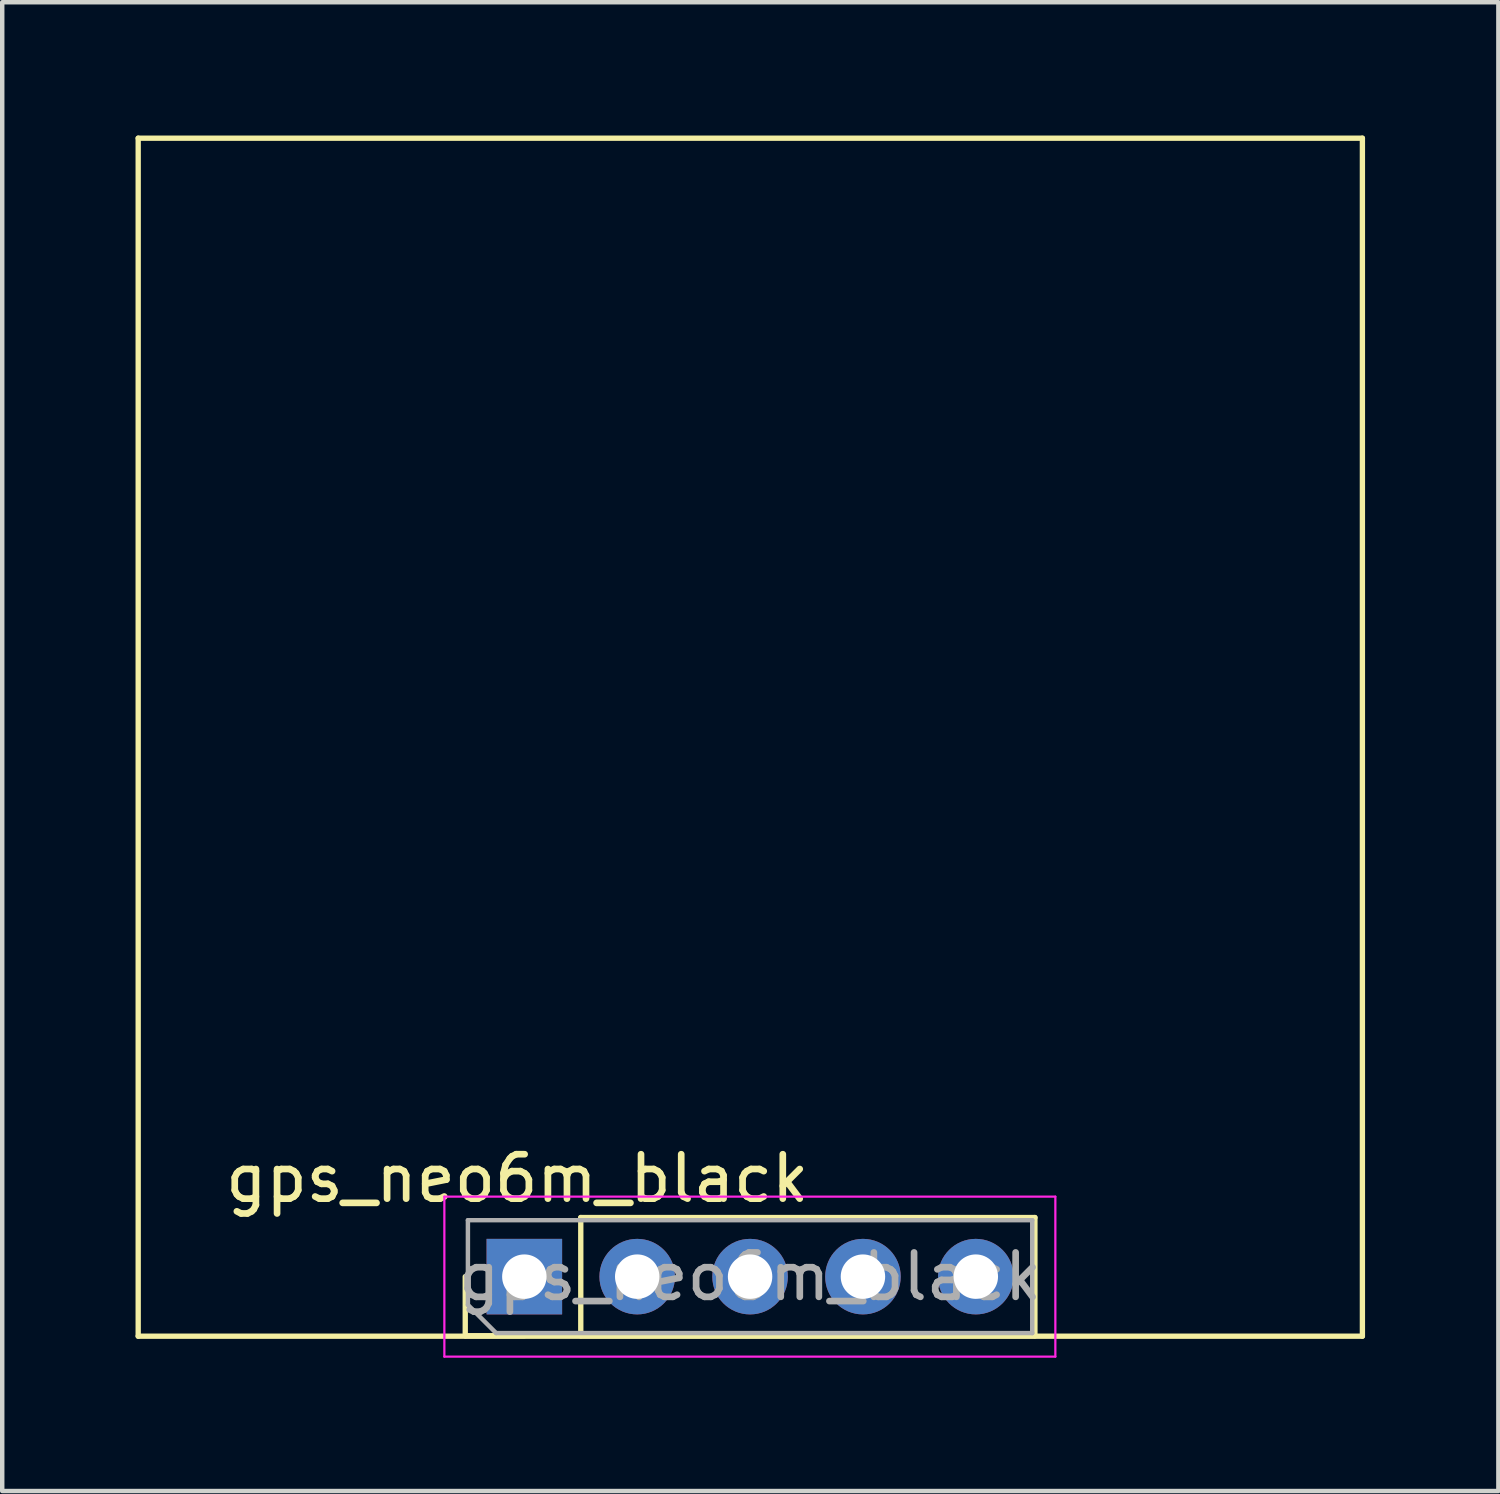
<source format=kicad_pcb>
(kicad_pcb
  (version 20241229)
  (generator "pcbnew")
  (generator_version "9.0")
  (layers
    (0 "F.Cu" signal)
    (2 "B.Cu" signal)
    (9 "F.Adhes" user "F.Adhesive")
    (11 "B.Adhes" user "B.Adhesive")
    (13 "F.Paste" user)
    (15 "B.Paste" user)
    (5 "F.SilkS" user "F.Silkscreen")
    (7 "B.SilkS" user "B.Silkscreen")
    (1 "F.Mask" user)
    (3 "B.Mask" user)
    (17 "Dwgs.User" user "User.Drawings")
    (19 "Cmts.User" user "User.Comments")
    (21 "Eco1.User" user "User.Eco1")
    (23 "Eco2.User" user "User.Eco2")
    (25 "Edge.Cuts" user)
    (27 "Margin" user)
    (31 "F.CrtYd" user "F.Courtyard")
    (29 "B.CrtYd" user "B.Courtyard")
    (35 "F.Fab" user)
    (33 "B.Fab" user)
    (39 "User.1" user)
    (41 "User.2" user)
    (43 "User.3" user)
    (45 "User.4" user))
  (footprint "gps_neo6m_black"
    (layer "F.Cu")
    (at 8.75 25.68)
    (property "Reference" "gps_neo6m_black" (at -0.16 -2.21 0) (layer "F.SilkS") (effects (font (size 1 1) (thickness 0.15))))
    (attr through_hole)
    (fp_line (start -8.69 -25.62) (end 18.86 -25.62) (stroke (width 0.12) (type solid)) (layer "F.SilkS"))
    (fp_line (start -8.69 1.34) (end -8.69 -25.62) (stroke (width 0.12) (type solid)) (layer "F.SilkS"))
    (fp_line (start -8.69 1.34) (end 18.86 1.34) (stroke (width 0.12) (type solid)) (layer "F.SilkS"))
    (fp_line (start -1.33 1.33) (end -1.33 0) (stroke (width 0.12) (type solid)) (layer "F.SilkS"))
    (fp_line (start 0 1.33) (end -1.33 1.33) (stroke (width 0.12) (type solid)) (layer "F.SilkS"))
    (fp_line (start 1.27 -1.33) (end 11.49 -1.33) (stroke (width 0.12) (type solid)) (layer "F.SilkS"))
    (fp_line (start 1.27 1.33) (end 1.27 -1.33) (stroke (width 0.12) (type solid)) (layer "F.SilkS"))
    (fp_line (start 1.27 1.33) (end 11.49 1.33) (stroke (width 0.12) (type solid)) (layer "F.SilkS"))
    (fp_line (start 11.49 1.33) (end 11.49 -1.33) (stroke (width 0.12) (type solid)) (layer "F.SilkS"))
    (fp_line (start 18.86 1.34) (end 18.86 -25.62) (stroke (width 0.12) (type solid)) (layer "F.SilkS"))
    (fp_line (start -1.8 -1.8) (end -1.8 1.8) (stroke (width 0.05) (type solid)) (layer "F.CrtYd"))
    (fp_line (start -1.8 1.8) (end 11.95 1.8) (stroke (width 0.05) (type solid)) (layer "F.CrtYd"))
    (fp_line (start 11.95 -1.8) (end -1.8 -1.8) (stroke (width 0.05) (type solid)) (layer "F.CrtYd"))
    (fp_line (start 11.95 1.8) (end 11.95 -1.8) (stroke (width 0.05) (type solid)) (layer "F.CrtYd"))
    (fp_line (start -1.27 -1.27) (end 11.43 -1.27) (stroke (width 0.1) (type solid)) (layer "F.Fab"))
    (fp_line (start -1.27 0.635) (end -1.27 -1.27) (stroke (width 0.1) (type solid)) (layer "F.Fab"))
    (fp_line (start -0.635 1.27) (end -1.27 0.635) (stroke (width 0.1) (type solid)) (layer "F.Fab"))
    (fp_line (start 11.43 -1.27) (end 11.43 1.27) (stroke (width 0.1) (type solid)) (layer "F.Fab"))
    (fp_line (start 11.43 1.27) (end -0.635 1.27) (stroke (width 0.1) (type solid)) (layer "F.Fab"))
    (fp_text user "${REFERENCE}" (at 5.08 0 180) (layer "F.Fab") (effects (font (size 1 1) (thickness 0.15))))
    (pad "1" thru_hole rect (at 0 0 90) (size 1.7 1.7) (drill 1) (layers "*.Cu" "*.Mask"))
    (pad "2" thru_hole oval (at 2.54 0 90) (size 1.7 1.7) (drill 1) (layers "*.Cu" "*.Mask"))
    (pad "3" thru_hole oval (at 5.08 0 90) (size 1.7 1.7) (drill 1) (layers "*.Cu" "*.Mask"))
    (pad "4" thru_hole oval (at 7.62 0 90) (size 1.7 1.7) (drill 1) (layers "*.Cu" "*.Mask"))
    (pad "5" thru_hole oval (at 10.16 0 90) (size 1.7 1.7) (drill 1) (layers "*.Cu" "*.Mask")))
  (gr_rect
    (start -3 -3)
    (end 30.67 30.505)
    (stroke (width 0.1) (type default))
    (fill no)
    (layer "Edge.Cuts")))
</source>
